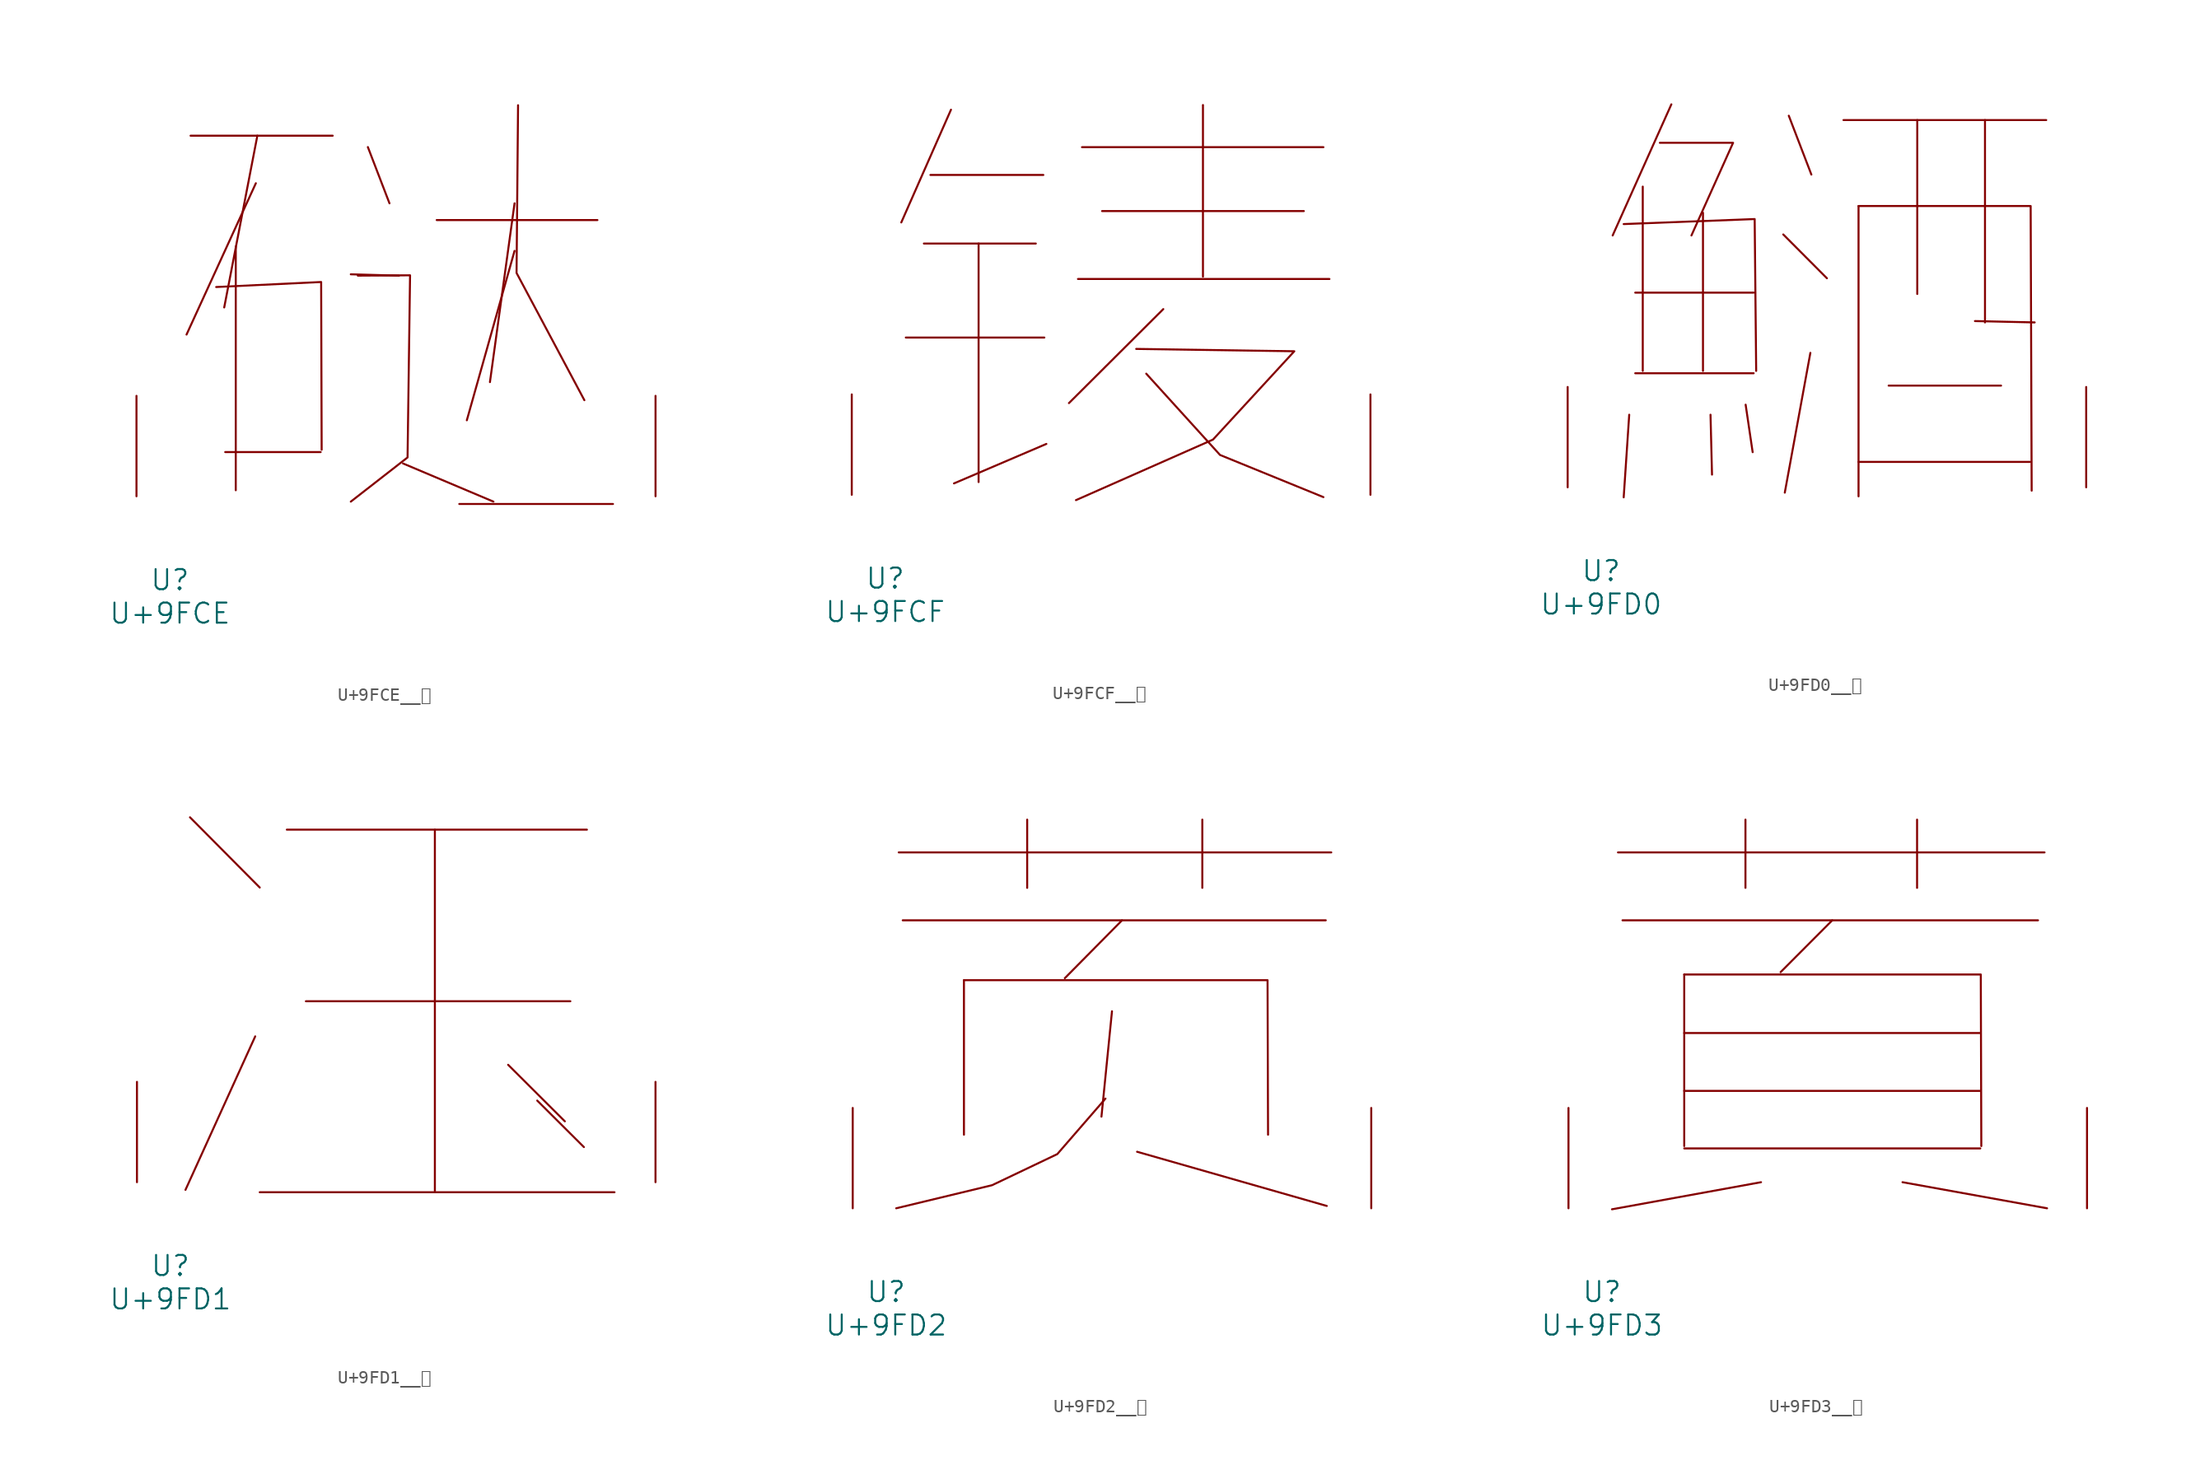
<source format=kicad_sym>
(kicad_symbol_lib
  (version 20231120)
  (generator "kicad_symbol_editor")
  (generator_version "8.0")
  (symbol "U+9FCE__鿎"
    (pin_names
      (offset 1.016))
    (property "Reference" "U"
      (at 0 -6.35 0)
      (effects (font (size 1.524 1.524))))
    (property "Value" "U+9FCE"
      (at 0 -8.89 0)
      (effects (font (size 1.524 1.524))))
    (symbol "U+9FCE__鿎_0_1"
      (polyline (pts (xy 1.562 27.356) (xy 12.344 27.356)) (stroke (width 0) (type solid)) (fill (type none)))
      (polyline (pts (xy 4.191 3.353) (xy 11.43 3.353)) (stroke (width 0) (type solid)) (fill (type none)))
      (polyline (pts (xy 4.991 18.948) (xy 4.991 0.457)) (stroke (width 0) (type solid)) (fill (type none)))
      (polyline (pts (xy 6.515 23.749) (xy 1.257 12.268)) (stroke (width 0) (type solid)) (fill (type none)))
      (polyline (pts (xy 6.629 27.356) (xy 4.115 14.326)) (stroke (width 0) (type solid)) (fill (type none)))
      (polyline (pts (xy 15.011 26.492) (xy 16.65 22.225)) (stroke (width 0) (type solid)) (fill (type none)))
      (polyline (pts (xy 17.374 16.739) (xy 13.716 16.84)) (stroke (width 0) (type solid)) (fill (type none)))
      (polyline (pts (xy 17.678 2.489) (xy 24.536 -0.406)) (stroke (width 0) (type solid)) (fill (type none)))
      (polyline (pts (xy 20.231 20.955) (xy 32.423 20.955)) (stroke (width 0) (type solid)) (fill (type none)))
      (polyline (pts (xy 21.946 -0.584) (xy 33.604 -0.584)) (stroke (width 0) (type solid)) (fill (type none)))
      (polyline (pts (xy 26.137 18.618) (xy 22.517 5.766)) (stroke (width 0) (type solid)) (fill (type none)))
      (polyline (pts (xy 26.137 22.225) (xy 24.27 8.661)) (stroke (width 0) (type solid)) (fill (type none)))
      (polyline (pts (xy 3.505 15.875) (xy 11.468 16.256) (xy 11.506 3.531)) (stroke (width 0) (type solid)) (fill (type none)))
      (polyline (pts (xy 26.403 29.667) (xy 26.289 16.942) (xy 31.433 7.29)) (stroke (width 0) (type solid)) (fill (type none)))
      (polyline (pts (xy 14.249 16.739) (xy 18.212 16.764) (xy 18.021 2.946) (xy 13.716 -0.406)) (stroke (width 0) (type solid)) (fill (type none)))
      (pin input line (at -2.54 0 90) (length 7.62) (name "~" (effects (font (size 1.27 1.27)))) (number "~" (effects (font (size 1.27 1.27)))))
      (pin input line (at 36.83 0 90) (length 7.62) (name "~" (effects (font (size 1.27 1.27)))) (number "~" (effects (font (size 1.27 1.27)))))))
  (symbol "U+9FCF__鿏"
    (pin_names
      (offset 1.016))
    (property "Reference" "U"
      (at 0 -6.35 0)
      (effects (font (size 1.524 1.524))))
    (property "Value" "U+9FCF"
      (at 0 -8.89 0)
      (effects (font (size 1.524 1.524))))
    (symbol "U+9FCF__鿏_0_1"
      (polyline (pts (xy 1.562 11.938) (xy 12.078 11.938)) (stroke (width 0) (type solid)) (fill (type none)))
      (polyline (pts (xy 2.934 19.075) (xy 11.43 19.075)) (stroke (width 0) (type solid)) (fill (type none)))
      (polyline (pts (xy 3.429 24.282) (xy 12.002 24.282)) (stroke (width 0) (type solid)) (fill (type none)))
      (polyline (pts (xy 4.991 29.235) (xy 1.219 20.676)) (stroke (width 0) (type solid)) (fill (type none)))
      (polyline (pts (xy 7.087 19.075) (xy 7.087 0.965)) (stroke (width 0) (type solid)) (fill (type none)))
      (polyline (pts (xy 12.23 3.861) (xy 5.22 0.864)) (stroke (width 0) (type solid)) (fill (type none)))
      (polyline (pts (xy 14.63 16.383) (xy 33.718 16.383)) (stroke (width 0) (type solid)) (fill (type none)))
      (polyline (pts (xy 14.935 26.391) (xy 33.261 26.391)) (stroke (width 0) (type solid)) (fill (type none)))
      (polyline (pts (xy 16.459 21.539) (xy 31.775 21.539)) (stroke (width 0) (type solid)) (fill (type none)))
      (polyline (pts (xy 21.107 14.097) (xy 13.945 6.96)) (stroke (width 0) (type solid)) (fill (type none)))
      (polyline (pts (xy 24.117 29.591) (xy 24.117 16.561)) (stroke (width 0) (type solid)) (fill (type none)))
      (polyline (pts (xy 19.812 9.195) (xy 25.413 3.023) (xy 33.261 -0.178)) (stroke (width 0) (type solid)) (fill (type none)))
      (polyline (pts (xy 19.05 11.074) (xy 31.052 10.897) (xy 24.879 4.191) (xy 14.478 -0.406)) (stroke (width 0) (type solid)) (fill (type none)))
      (pin input line (at -2.54 0 90) (length 7.62) (name "~" (effects (font (size 1.27 1.27)))) (number "~" (effects (font (size 1.27 1.27)))))
      (pin input line (at 36.83 0 90) (length 7.62) (name "~" (effects (font (size 1.27 1.27)))) (number "~" (effects (font (size 1.27 1.27)))))))
  (symbol "U+9FD0__鿐"
    (pin_names
      (offset 1.016))
    (property "Reference" "U"
      (at 0 -6.35 0)
      (effects (font (size 1.524 1.524))))
    (property "Value" "U+9FD0"
      (at 0 -8.89 0)
      (effects (font (size 1.524 1.524))))
    (symbol "U+9FD0__鿐_0_1"
      (polyline (pts (xy 2.134 5.512) (xy 1.714 -0.762)) (stroke (width 0) (type solid)) (fill (type none)))
      (polyline (pts (xy 2.591 8.661) (xy 11.582 8.661)) (stroke (width 0) (type solid)) (fill (type none)))
      (polyline (pts (xy 2.591 14.783) (xy 11.582 14.783)) (stroke (width 0) (type solid)) (fill (type none)))
      (polyline (pts (xy 3.162 22.835) (xy 3.162 8.839)) (stroke (width 0) (type solid)) (fill (type none)))
      (polyline (pts (xy 5.334 29.083) (xy 0.876 19.126)) (stroke (width 0) (type solid)) (fill (type none)))
      (polyline (pts (xy 7.734 20.853) (xy 7.734 8.839)) (stroke (width 0) (type solid)) (fill (type none)))
      (polyline (pts (xy 8.306 5.512) (xy 8.42 0.965)) (stroke (width 0) (type solid)) (fill (type none)))
      (polyline (pts (xy 10.973 6.274) (xy 11.506 2.667)) (stroke (width 0) (type solid)) (fill (type none)))
      (polyline (pts (xy 13.83 19.202) (xy 17.145 15.875)) (stroke (width 0) (type solid)) (fill (type none)))
      (polyline (pts (xy 14.249 28.219) (xy 15.964 23.749)) (stroke (width 0) (type solid)) (fill (type none)))
      (polyline (pts (xy 15.888 10.211) (xy 13.945 -0.406)) (stroke (width 0) (type solid)) (fill (type none)))
      (polyline (pts (xy 18.402 27.889) (xy 33.795 27.889)) (stroke (width 0) (type solid)) (fill (type none)))
      (polyline (pts (xy 19.545 1.93) (xy 32.575 1.93)) (stroke (width 0) (type solid)) (fill (type none)))
      (polyline (pts (xy 19.545 21.361) (xy 19.545 -0.686)) (stroke (width 0) (type solid)) (fill (type none)))
      (polyline (pts (xy 21.831 7.722) (xy 30.366 7.722)) (stroke (width 0) (type solid)) (fill (type none)))
      (polyline (pts (xy 24.003 27.889) (xy 24.003 14.681)) (stroke (width 0) (type solid)) (fill (type none)))
      (polyline (pts (xy 28.384 12.624) (xy 32.918 12.522)) (stroke (width 0) (type solid)) (fill (type none)))
      (polyline (pts (xy 29.146 27.889) (xy 29.146 12.522)) (stroke (width 0) (type solid)) (fill (type none)))
      (polyline (pts (xy 1.714 19.99) (xy 11.659 20.371) (xy 11.773 8.839)) (stroke (width 0) (type solid)) (fill (type none)))
      (polyline (pts (xy 4.458 26.162) (xy 10.02 26.162) (xy 6.858 19.126)) (stroke (width 0) (type solid)) (fill (type none)))
      (polyline (pts (xy 19.545 21.361) (xy 32.614 21.361) (xy 32.69 -0.254)) (stroke (width 0) (type solid)) (fill (type none)))
      (pin input line (at -2.54 0 90) (length 7.62) (name "~" (effects (font (size 1.27 1.27)))) (number "~" (effects (font (size 1.27 1.27)))))
      (pin input line (at 36.83 0 90) (length 7.62) (name "~" (effects (font (size 1.27 1.27)))) (number "~" (effects (font (size 1.27 1.27)))))))
  (symbol "U+9FD1__鿑"
    (pin_names
      (offset 1.016))
    (property "Reference" "U"
      (at 0 -6.35 0)
      (effects (font (size 1.524 1.524))))
    (property "Value" "U+9FD1"
      (at 0 -8.89 0)
      (effects (font (size 1.524 1.524))))
    (symbol "U+9FD1__鿑_0_1"
      (polyline (pts (xy 1.486 27.711) (xy 6.782 22.377)) (stroke (width 0) (type solid)) (fill (type none)))
      (polyline (pts (xy 6.439 11.074) (xy 1.143 -0.584)) (stroke (width 0) (type solid)) (fill (type none)))
      (polyline (pts (xy 6.782 -0.762) (xy 33.718 -0.762)) (stroke (width 0) (type solid)) (fill (type none)))
      (polyline (pts (xy 8.839 26.772) (xy 31.623 26.772)) (stroke (width 0) (type solid)) (fill (type none)))
      (polyline (pts (xy 10.287 13.741) (xy 30.366 13.741)) (stroke (width 0) (type solid)) (fill (type none)))
      (polyline (pts (xy 20.079 26.772) (xy 20.079 -0.686)) (stroke (width 0) (type solid)) (fill (type none)))
      (polyline (pts (xy 25.641 8.915) (xy 29.947 4.623)) (stroke (width 0) (type solid)) (fill (type none)))
      (polyline (pts (xy 27.851 6.198) (xy 31.394 2.667)) (stroke (width 0) (type solid)) (fill (type none)))
      (pin input line (at -2.54 0 90) (length 7.62) (name "~" (effects (font (size 1.27 1.27)))) (number "~" (effects (font (size 1.27 1.27)))))
      (pin input line (at 36.83 0 90) (length 7.62) (name "~" (effects (font (size 1.27 1.27)))) (number "~" (effects (font (size 1.27 1.27)))))))
  (symbol "U+9FD2__鿒"
    (pin_names
      (offset 1.016))
    (property "Reference" "U"
      (at 0 -6.35 0)
      (effects (font (size 1.524 1.524))))
    (property "Value" "U+9FD2"
      (at 0 -8.89 0)
      (effects (font (size 1.524 1.524))))
    (symbol "U+9FD2__鿒_0_1"
      (polyline (pts (xy 0.953 27.026) (xy 33.795 27.026)) (stroke (width 0) (type solid)) (fill (type none)))
      (polyline (pts (xy 1.257 21.869) (xy 33.376 21.869)) (stroke (width 0) (type solid)) (fill (type none)))
      (polyline (pts (xy 5.905 17.323) (xy 5.905 5.588)) (stroke (width 0) (type solid)) (fill (type none)))
      (polyline (pts (xy 10.706 29.515) (xy 10.706 24.333)) (stroke (width 0) (type solid)) (fill (type none)))
      (polyline (pts (xy 17.145 14.961) (xy 16.345 6.96)) (stroke (width 0) (type solid)) (fill (type none)))
      (polyline (pts (xy 17.907 21.869) (xy 13.564 17.475)) (stroke (width 0) (type solid)) (fill (type none)))
      (polyline (pts (xy 19.05 4.293) (xy 33.452 0.178)) (stroke (width 0) (type solid)) (fill (type none)))
      (polyline (pts (xy 24.003 29.515) (xy 24.003 24.333)) (stroke (width 0) (type solid)) (fill (type none)))
      (polyline (pts (xy 5.905 17.323) (xy 28.956 17.323) (xy 28.994 5.588)) (stroke (width 0) (type solid)) (fill (type none)))
      (polyline (pts (xy 16.65 8.331) (xy 12.992 4.115) (xy 8.039 1.753) (xy 0.762 0)) (stroke (width 0) (type solid)) (fill (type none)))
      (pin input line (at -2.54 0 90) (length 7.62) (name "~" (effects (font (size 1.27 1.27)))) (number "~" (effects (font (size 1.27 1.27)))))
      (pin input line (at 36.83 0 90) (length 7.62) (name "~" (effects (font (size 1.27 1.27)))) (number "~" (effects (font (size 1.27 1.27)))))))
  (symbol "U+9FD3__鿓"
    (pin_names
      (offset 1.016))
    (property "Reference" "U"
      (at 0 -6.35 0)
      (effects (font (size 1.524 1.524))))
    (property "Value" "U+9FD3"
      (at 0 -8.89 0)
      (effects (font (size 1.524 1.524))))
    (symbol "U+9FD3__鿓_0_1"
      (polyline (pts (xy 1.219 27.026) (xy 33.604 27.026)) (stroke (width 0) (type solid)) (fill (type none)))
      (polyline (pts (xy 1.562 21.869) (xy 33.109 21.869)) (stroke (width 0) (type solid)) (fill (type none)))
      (polyline (pts (xy 6.248 4.547) (xy 28.727 4.547)) (stroke (width 0) (type solid)) (fill (type none)))
      (polyline (pts (xy 6.248 8.915) (xy 28.727 8.915)) (stroke (width 0) (type solid)) (fill (type none)))
      (polyline (pts (xy 6.248 13.31) (xy 28.727 13.31)) (stroke (width 0) (type solid)) (fill (type none)))
      (polyline (pts (xy 6.248 17.755) (xy 6.248 4.724)) (stroke (width 0) (type solid)) (fill (type none)))
      (polyline (pts (xy 10.897 29.515) (xy 10.897 24.333)) (stroke (width 0) (type solid)) (fill (type none)))
      (polyline (pts (xy 12.078 1.981) (xy 0.762 -0.076)) (stroke (width 0) (type solid)) (fill (type none)))
      (polyline (pts (xy 17.488 21.869) (xy 13.564 17.932)) (stroke (width 0) (type solid)) (fill (type none)))
      (polyline (pts (xy 22.822 1.981) (xy 33.795 0)) (stroke (width 0) (type solid)) (fill (type none)))
      (polyline (pts (xy 23.927 29.515) (xy 23.927 24.333)) (stroke (width 0) (type solid)) (fill (type none)))
      (polyline (pts (xy 6.248 17.755) (xy 28.765 17.755) (xy 28.804 4.724)) (stroke (width 0) (type solid)) (fill (type none)))
      (pin input line (at -2.54 0 90) (length 7.62) (name "~" (effects (font (size 1.27 1.27)))) (number "~" (effects (font (size 1.27 1.27)))))
      (pin input line (at 36.83 0 90) (length 7.62) (name "~" (effects (font (size 1.27 1.27)))) (number "~" (effects (font (size 1.27 1.27))))))))
</source>
